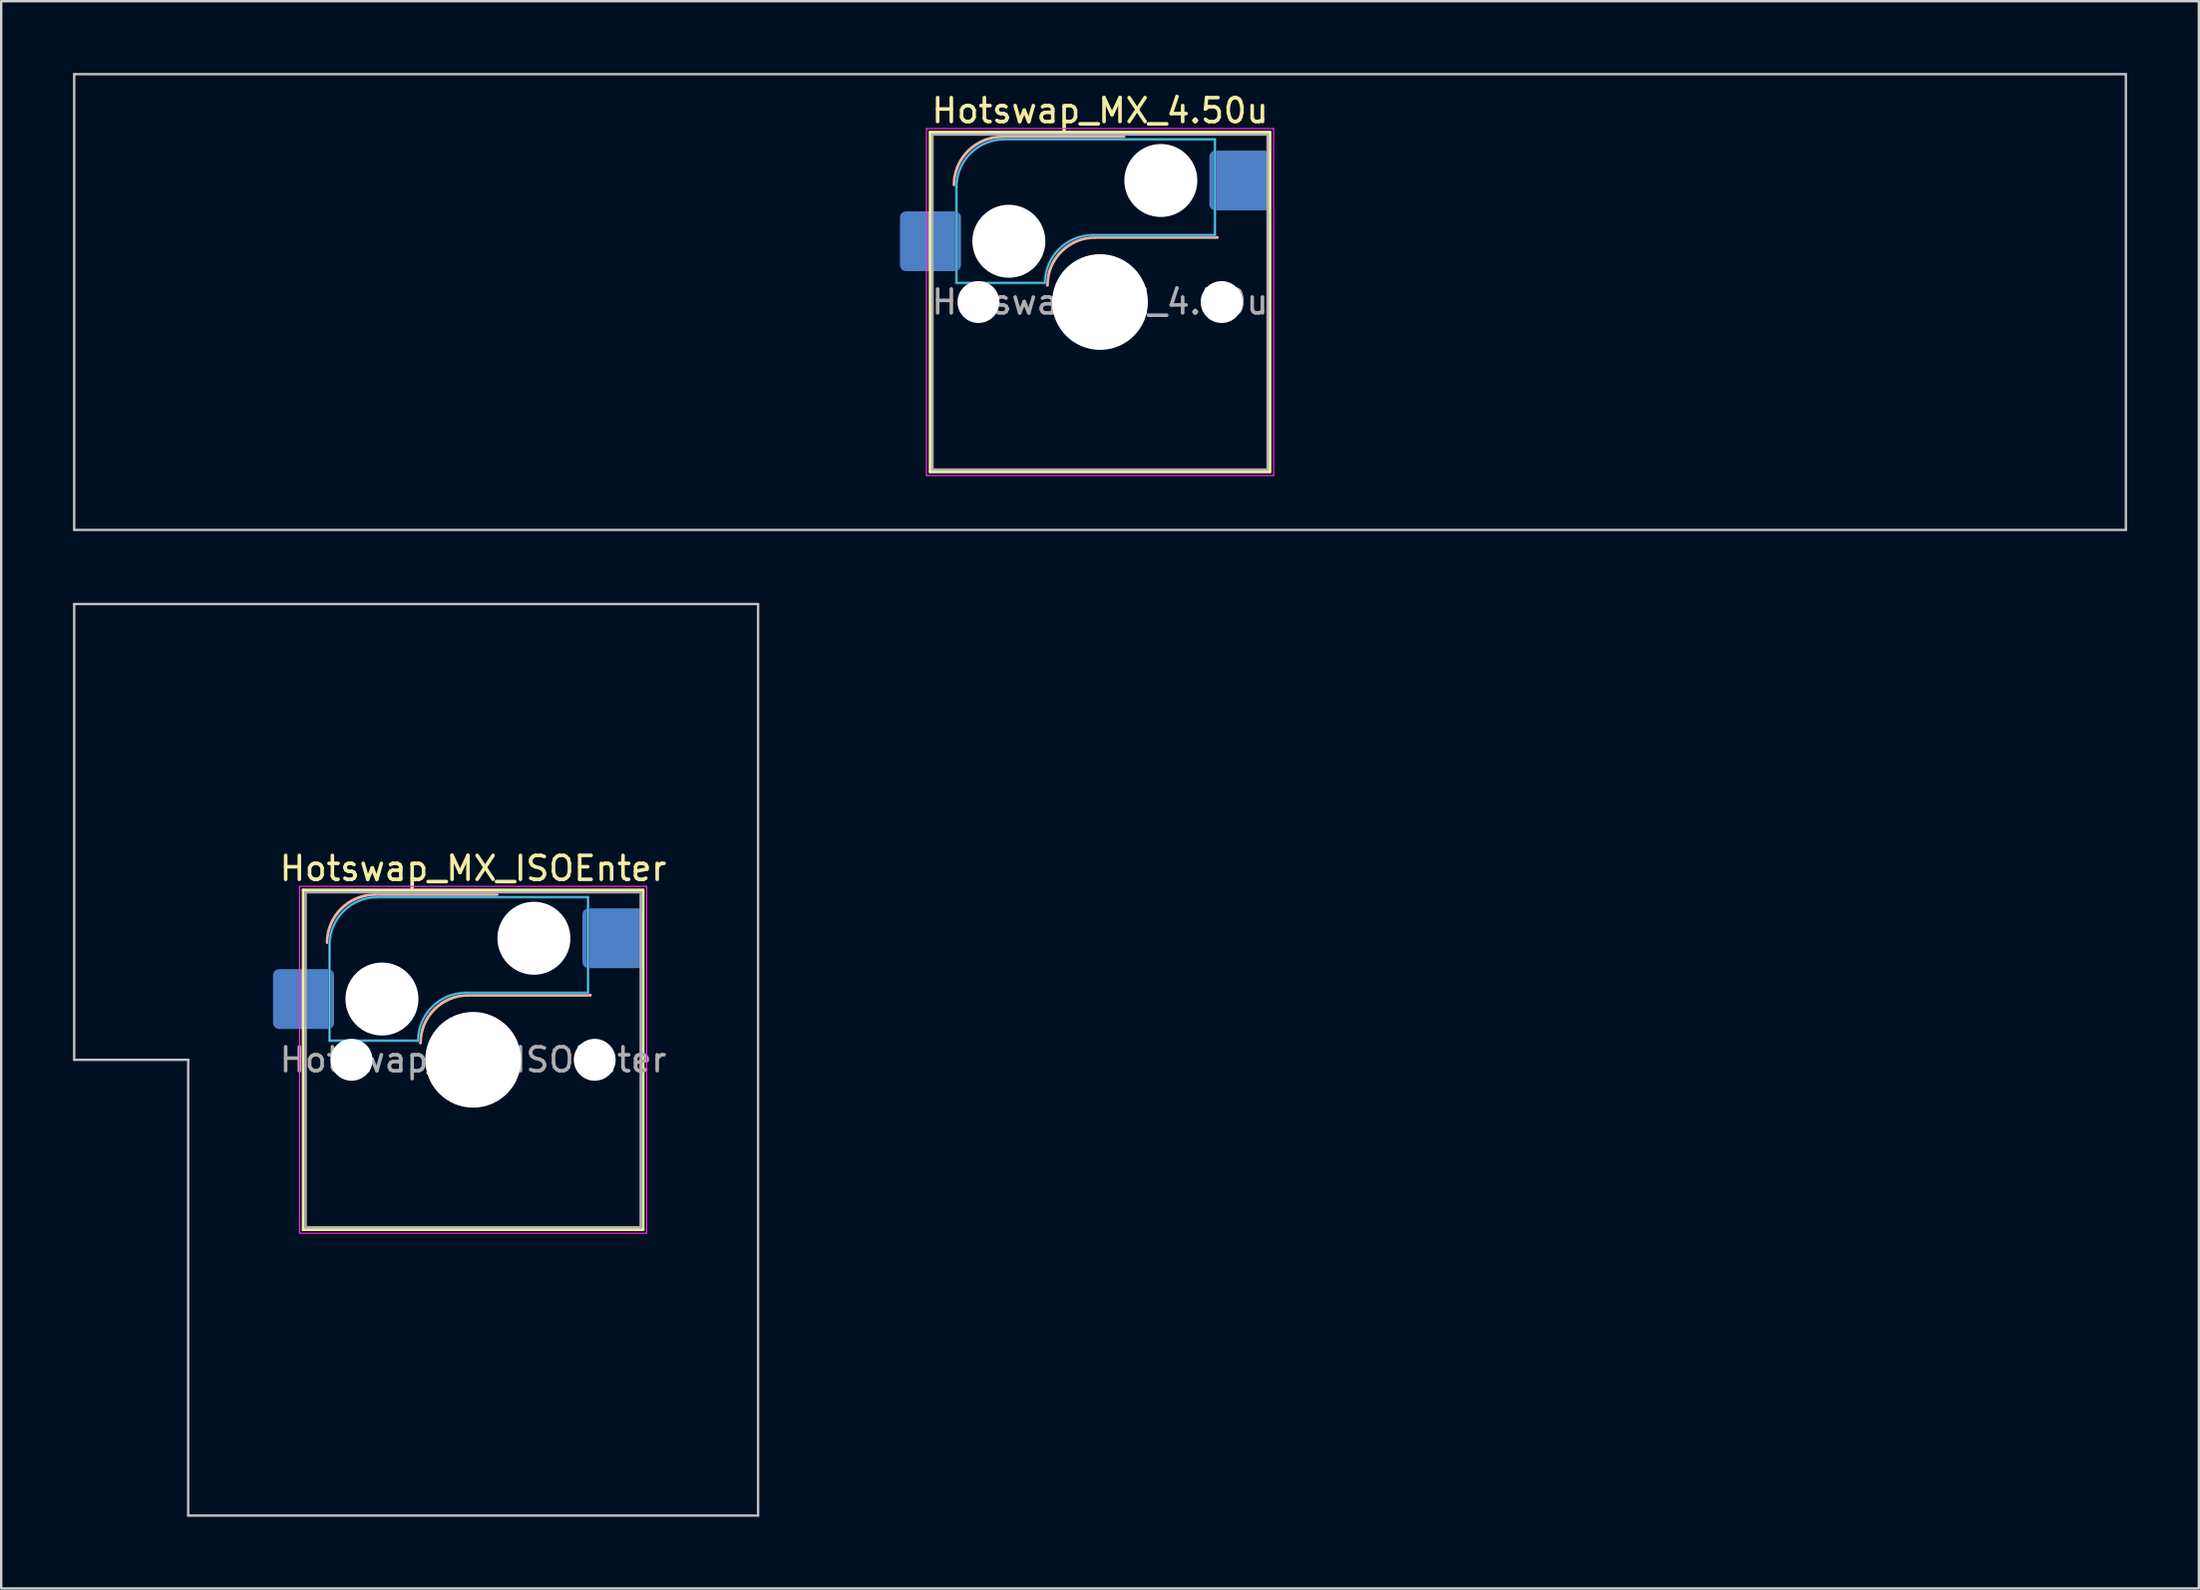
<source format=kicad_pcb>
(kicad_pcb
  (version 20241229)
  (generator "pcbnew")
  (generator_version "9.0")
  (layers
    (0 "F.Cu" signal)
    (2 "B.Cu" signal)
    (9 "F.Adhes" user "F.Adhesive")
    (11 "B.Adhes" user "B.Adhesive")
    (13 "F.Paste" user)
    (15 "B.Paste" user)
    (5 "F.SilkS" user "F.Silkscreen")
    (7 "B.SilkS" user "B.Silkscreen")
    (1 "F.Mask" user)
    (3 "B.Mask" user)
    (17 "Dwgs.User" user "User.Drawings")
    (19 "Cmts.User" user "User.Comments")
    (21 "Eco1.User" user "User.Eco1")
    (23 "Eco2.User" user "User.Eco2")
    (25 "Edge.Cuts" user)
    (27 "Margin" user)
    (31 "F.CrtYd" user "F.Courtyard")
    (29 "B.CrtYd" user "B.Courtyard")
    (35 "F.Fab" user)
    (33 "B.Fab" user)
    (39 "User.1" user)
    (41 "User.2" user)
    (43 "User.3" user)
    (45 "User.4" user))
  (footprint "Hotswap_MX_ISOEnter"
    (layer "F.Cu")
    (at 16.719 41.25)
    (property "Reference" "Hotswap_MX_ISOEnter" (at 0 -8 0) (layer "F.SilkS") (effects (font (size 1 1) (thickness 0.15))))
    (attr smd)
    (fp_line (start -7.1 -7.1) (end -7.1 7.1) (stroke (width 0.12) (type solid)) (layer "F.SilkS"))
    (fp_line (start -7.1 7.1) (end 7.1 7.1) (stroke (width 0.12) (type solid)) (layer "F.SilkS"))
    (fp_line (start 7.1 -7.1) (end -7.1 -7.1) (stroke (width 0.12) (type solid)) (layer "F.SilkS"))
    (fp_line (start 7.1 7.1) (end 7.1 -7.1) (stroke (width 0.12) (type solid)) (layer "F.SilkS"))
    (fp_line (start -4.1 -6.9) (end 1 -6.9) (stroke (width 0.12) (type solid)) (layer "B.SilkS"))
    (fp_line (start -0.2 -2.7) (end 4.9 -2.7) (stroke (width 0.12) (type solid)) (layer "B.SilkS"))
    (fp_arc (start -6.1 -4.9) (mid -5.514214 -6.314214) (end -4.1 -6.9) (stroke (width 0.12) (type solid)) (layer "B.SilkS"))
    (fp_arc (start -2.2 -0.7) (mid -1.614214 -2.114214) (end -0.2 -2.7) (stroke (width 0.12) (type solid)) (layer "B.SilkS"))
    (fp_line (start -16.669 -19.05) (end -16.669 0) (stroke (width 0.1) (type solid)) (layer "Dwgs.User"))
    (fp_line (start -16.669 0) (end -11.906 0) (stroke (width 0.1) (type solid)) (layer "Dwgs.User"))
    (fp_line (start -11.906 0) (end -11.906 19.05) (stroke (width 0.1) (type solid)) (layer "Dwgs.User"))
    (fp_line (start -11.906 19.05) (end 11.906 19.05) (stroke (width 0.1) (type solid)) (layer "Dwgs.User"))
    (fp_line (start 11.906 -19.05) (end -16.669 -19.05) (stroke (width 0.1) (type solid)) (layer "Dwgs.User"))
    (fp_line (start 11.906 19.05) (end 11.906 -19.05) (stroke (width 0.1) (type solid)) (layer "Dwgs.User"))
    (fp_line (start -7.8 -6) (end -7 -6) (stroke (width 0.1) (type solid)) (layer "Eco1.User"))
    (fp_line (start -7.8 -2.9) (end -7.8 -6) (stroke (width 0.1) (type solid)) (layer "Eco1.User"))
    (fp_line (start -7.8 2.9) (end -7 2.9) (stroke (width 0.1) (type solid)) (layer "Eco1.User"))
    (fp_line (start -7.8 6) (end -7.8 2.9) (stroke (width 0.1) (type solid)) (layer "Eco1.User"))
    (fp_line (start -7 -7) (end 7 -7) (stroke (width 0.1) (type solid)) (layer "Eco1.User"))
    (fp_line (start -7 -6) (end -7 -7) (stroke (width 0.1) (type solid)) (layer "Eco1.User"))
    (fp_line (start -7 -2.9) (end -7.8 -2.9) (stroke (width 0.1) (type solid)) (layer "Eco1.User"))
    (fp_line (start -7 2.9) (end -7 -2.9) (stroke (width 0.1) (type solid)) (layer "Eco1.User"))
    (fp_line (start -7 6) (end -7.8 6) (stroke (width 0.1) (type solid)) (layer "Eco1.User"))
    (fp_line (start -7 7) (end -7 6) (stroke (width 0.1) (type solid)) (layer "Eco1.User"))
    (fp_line (start 7 -7) (end 7 -6) (stroke (width 0.1) (type solid)) (layer "Eco1.User"))
    (fp_line (start 7 -6) (end 7.8 -6) (stroke (width 0.1) (type solid)) (layer "Eco1.User"))
    (fp_line (start 7 -2.9) (end 7 2.9) (stroke (width 0.1) (type solid)) (layer "Eco1.User"))
    (fp_line (start 7 2.9) (end 7.8 2.9) (stroke (width 0.1) (type solid)) (layer "Eco1.User"))
    (fp_line (start 7 6) (end 7 7) (stroke (width 0.1) (type solid)) (layer "Eco1.User"))
    (fp_line (start 7 7) (end -7 7) (stroke (width 0.1) (type solid)) (layer "Eco1.User"))
    (fp_line (start 7.8 -6) (end 7.8 -2.9) (stroke (width 0.1) (type solid)) (layer "Eco1.User"))
    (fp_line (start 7.8 -2.9) (end 7 -2.9) (stroke (width 0.1) (type solid)) (layer "Eco1.User"))
    (fp_line (start 7.8 2.9) (end 7.8 6) (stroke (width 0.1) (type solid)) (layer "Eco1.User"))
    (fp_line (start 7.8 6) (end 7 6) (stroke (width 0.1) (type solid)) (layer "Eco1.User"))
    (fp_line (start -6 -0.8) (end -6 -4.8) (stroke (width 0.05) (type solid)) (layer "B.CrtYd"))
    (fp_line (start -6 -0.8) (end -2.3 -0.8) (stroke (width 0.05) (type solid)) (layer "B.CrtYd"))
    (fp_line (start -4 -6.8) (end 4.8 -6.8) (stroke (width 0.05) (type solid)) (layer "B.CrtYd"))
    (fp_line (start -0.3 -2.8) (end 4.8 -2.8) (stroke (width 0.05) (type solid)) (layer "B.CrtYd"))
    (fp_line (start 4.8 -6.8) (end 4.8 -2.8) (stroke (width 0.05) (type solid)) (layer "B.CrtYd"))
    (fp_arc (start -6 -4.8) (mid -5.414214 -6.214214) (end -4 -6.8) (stroke (width 0.05) (type solid)) (layer "B.CrtYd"))
    (fp_arc (start -2.3 -0.8) (mid -1.714214 -2.214214) (end -0.3 -2.8) (stroke (width 0.05) (type solid)) (layer "B.CrtYd"))
    (fp_line (start -7.25 -7.25) (end -7.25 7.25) (stroke (width 0.05) (type solid)) (layer "F.CrtYd"))
    (fp_line (start -7.25 7.25) (end 7.25 7.25) (stroke (width 0.05) (type solid)) (layer "F.CrtYd"))
    (fp_line (start 7.25 -7.25) (end -7.25 -7.25) (stroke (width 0.05) (type solid)) (layer "F.CrtYd"))
    (fp_line (start 7.25 7.25) (end 7.25 -7.25) (stroke (width 0.05) (type solid)) (layer "F.CrtYd"))
    (fp_line (start -6 -0.8) (end -6 -4.8) (stroke (width 0.12) (type solid)) (layer "B.Fab"))
    (fp_line (start -6 -0.8) (end -2.3 -0.8) (stroke (width 0.12) (type solid)) (layer "B.Fab"))
    (fp_line (start -4 -6.8) (end 4.8 -6.8) (stroke (width 0.12) (type solid)) (layer "B.Fab"))
    (fp_line (start -0.3 -2.8) (end 4.8 -2.8) (stroke (width 0.12) (type solid)) (layer "B.Fab"))
    (fp_line (start 4.8 -6.8) (end 4.8 -2.8) (stroke (width 0.12) (type solid)) (layer "B.Fab"))
    (fp_arc (start -6 -4.8) (mid -5.414214 -6.214214) (end -4 -6.8) (stroke (width 0.12) (type solid)) (layer "B.Fab"))
    (fp_arc (start -2.3 -0.8) (mid -1.714214 -2.214214) (end -0.3 -2.8) (stroke (width 0.12) (type solid)) (layer "B.Fab"))
    (fp_line (start -7 -7) (end -7 7) (stroke (width 0.1) (type solid)) (layer "F.Fab"))
    (fp_line (start -7 7) (end 7 7) (stroke (width 0.1) (type solid)) (layer "F.Fab"))
    (fp_line (start 7 -7) (end -7 -7) (stroke (width 0.1) (type solid)) (layer "F.Fab"))
    (fp_line (start 7 7) (end 7 -7) (stroke (width 0.1) (type solid)) (layer "F.Fab"))
    (fp_text user "${REFERENCE}" (at 0 0 0) (layer "F.Fab") (effects (font (size 1 1) (thickness 0.15))))
    (pad "" np_thru_hole circle (at -5.08 0) (size 1.75 1.75) (drill 1.75) (layers "*.Cu" "*.Mask"))
    (pad "" np_thru_hole circle (at -3.81 -2.54) (size 3.05 3.05) (drill 3.05) (layers "*.Cu" "*.Mask"))
    (pad "" np_thru_hole circle (at 0 0) (size 4 4) (drill 4) (layers "*.Cu" "*.Mask"))
    (pad "" np_thru_hole circle (at 2.54 -5.08) (size 3.05 3.05) (drill 3.05) (layers "*.Cu" "*.Mask"))
    (pad "" np_thru_hole circle (at 5.08 0) (size 1.75 1.75) (drill 1.75) (layers "*.Cu" "*.Mask"))
    (pad "1" smd roundrect (at -7.085 -2.54) (size 2.55 2.5) (layers "B.Cu" "B.Mask" "B.Paste") (roundrect_rratio 0.1))
    (pad "2" smd roundrect (at 5.842 -5.08) (size 2.55 2.5) (layers "B.Cu" "B.Mask" "B.Paste") (roundrect_rratio 0.1)))
  (footprint "Hotswap_MX_4.50u"
    (layer "F.Cu")
    (at 42.913 9.575)
    (property "Reference" "Hotswap_MX_4.50u" (at 0 -8 0) (layer "F.SilkS") (effects (font (size 1 1) (thickness 0.15))))
    (attr smd)
    (fp_line (start -7.1 -7.1) (end -7.1 7.1) (stroke (width 0.12) (type solid)) (layer "F.SilkS"))
    (fp_line (start -7.1 7.1) (end 7.1 7.1) (stroke (width 0.12) (type solid)) (layer "F.SilkS"))
    (fp_line (start 7.1 -7.1) (end -7.1 -7.1) (stroke (width 0.12) (type solid)) (layer "F.SilkS"))
    (fp_line (start 7.1 7.1) (end 7.1 -7.1) (stroke (width 0.12) (type solid)) (layer "F.SilkS"))
    (fp_line (start -4.1 -6.9) (end 1 -6.9) (stroke (width 0.12) (type solid)) (layer "B.SilkS"))
    (fp_line (start -0.2 -2.7) (end 4.9 -2.7) (stroke (width 0.12) (type solid)) (layer "B.SilkS"))
    (fp_arc (start -6.1 -4.9) (mid -5.514214 -6.314214) (end -4.1 -6.9) (stroke (width 0.12) (type solid)) (layer "B.SilkS"))
    (fp_arc (start -2.2 -0.7) (mid -1.614214 -2.114214) (end -0.2 -2.7) (stroke (width 0.12) (type solid)) (layer "B.SilkS"))
    (fp_line (start -42.862 -9.525) (end -42.862 9.525) (stroke (width 0.1) (type solid)) (layer "Dwgs.User"))
    (fp_line (start -42.862 9.525) (end 42.862 9.525) (stroke (width 0.1) (type solid)) (layer "Dwgs.User"))
    (fp_line (start 42.862 -9.525) (end -42.862 -9.525) (stroke (width 0.1) (type solid)) (layer "Dwgs.User"))
    (fp_line (start 42.862 9.525) (end 42.862 -9.525) (stroke (width 0.1) (type solid)) (layer "Dwgs.User"))
    (fp_line (start -7.8 -6) (end -7 -6) (stroke (width 0.1) (type solid)) (layer "Eco1.User"))
    (fp_line (start -7.8 -2.9) (end -7.8 -6) (stroke (width 0.1) (type solid)) (layer "Eco1.User"))
    (fp_line (start -7.8 2.9) (end -7 2.9) (stroke (width 0.1) (type solid)) (layer "Eco1.User"))
    (fp_line (start -7.8 6) (end -7.8 2.9) (stroke (width 0.1) (type solid)) (layer "Eco1.User"))
    (fp_line (start -7 -7) (end 7 -7) (stroke (width 0.1) (type solid)) (layer "Eco1.User"))
    (fp_line (start -7 -6) (end -7 -7) (stroke (width 0.1) (type solid)) (layer "Eco1.User"))
    (fp_line (start -7 -2.9) (end -7.8 -2.9) (stroke (width 0.1) (type solid)) (layer "Eco1.User"))
    (fp_line (start -7 2.9) (end -7 -2.9) (stroke (width 0.1) (type solid)) (layer "Eco1.User"))
    (fp_line (start -7 6) (end -7.8 6) (stroke (width 0.1) (type solid)) (layer "Eco1.User"))
    (fp_line (start -7 7) (end -7 6) (stroke (width 0.1) (type solid)) (layer "Eco1.User"))
    (fp_line (start 7 -7) (end 7 -6) (stroke (width 0.1) (type solid)) (layer "Eco1.User"))
    (fp_line (start 7 -6) (end 7.8 -6) (stroke (width 0.1) (type solid)) (layer "Eco1.User"))
    (fp_line (start 7 -2.9) (end 7 2.9) (stroke (width 0.1) (type solid)) (layer "Eco1.User"))
    (fp_line (start 7 2.9) (end 7.8 2.9) (stroke (width 0.1) (type solid)) (layer "Eco1.User"))
    (fp_line (start 7 6) (end 7 7) (stroke (width 0.1) (type solid)) (layer "Eco1.User"))
    (fp_line (start 7 7) (end -7 7) (stroke (width 0.1) (type solid)) (layer "Eco1.User"))
    (fp_line (start 7.8 -6) (end 7.8 -2.9) (stroke (width 0.1) (type solid)) (layer "Eco1.User"))
    (fp_line (start 7.8 -2.9) (end 7 -2.9) (stroke (width 0.1) (type solid)) (layer "Eco1.User"))
    (fp_line (start 7.8 2.9) (end 7.8 6) (stroke (width 0.1) (type solid)) (layer "Eco1.User"))
    (fp_line (start 7.8 6) (end 7 6) (stroke (width 0.1) (type solid)) (layer "Eco1.User"))
    (fp_line (start -6 -0.8) (end -6 -4.8) (stroke (width 0.05) (type solid)) (layer "B.CrtYd"))
    (fp_line (start -6 -0.8) (end -2.3 -0.8) (stroke (width 0.05) (type solid)) (layer "B.CrtYd"))
    (fp_line (start -4 -6.8) (end 4.8 -6.8) (stroke (width 0.05) (type solid)) (layer "B.CrtYd"))
    (fp_line (start -0.3 -2.8) (end 4.8 -2.8) (stroke (width 0.05) (type solid)) (layer "B.CrtYd"))
    (fp_line (start 4.8 -6.8) (end 4.8 -2.8) (stroke (width 0.05) (type solid)) (layer "B.CrtYd"))
    (fp_arc (start -6 -4.8) (mid -5.414214 -6.214214) (end -4 -6.8) (stroke (width 0.05) (type solid)) (layer "B.CrtYd"))
    (fp_arc (start -2.3 -0.8) (mid -1.714214 -2.214214) (end -0.3 -2.8) (stroke (width 0.05) (type solid)) (layer "B.CrtYd"))
    (fp_line (start -7.25 -7.25) (end -7.25 7.25) (stroke (width 0.05) (type solid)) (layer "F.CrtYd"))
    (fp_line (start -7.25 7.25) (end 7.25 7.25) (stroke (width 0.05) (type solid)) (layer "F.CrtYd"))
    (fp_line (start 7.25 -7.25) (end -7.25 -7.25) (stroke (width 0.05) (type solid)) (layer "F.CrtYd"))
    (fp_line (start 7.25 7.25) (end 7.25 -7.25) (stroke (width 0.05) (type solid)) (layer "F.CrtYd"))
    (fp_line (start -6 -0.8) (end -6 -4.8) (stroke (width 0.12) (type solid)) (layer "B.Fab"))
    (fp_line (start -6 -0.8) (end -2.3 -0.8) (stroke (width 0.12) (type solid)) (layer "B.Fab"))
    (fp_line (start -4 -6.8) (end 4.8 -6.8) (stroke (width 0.12) (type solid)) (layer "B.Fab"))
    (fp_line (start -0.3 -2.8) (end 4.8 -2.8) (stroke (width 0.12) (type solid)) (layer "B.Fab"))
    (fp_line (start 4.8 -6.8) (end 4.8 -2.8) (stroke (width 0.12) (type solid)) (layer "B.Fab"))
    (fp_arc (start -6 -4.8) (mid -5.414214 -6.214214) (end -4 -6.8) (stroke (width 0.12) (type solid)) (layer "B.Fab"))
    (fp_arc (start -2.3 -0.8) (mid -1.714214 -2.214214) (end -0.3 -2.8) (stroke (width 0.12) (type solid)) (layer "B.Fab"))
    (fp_line (start -7 -7) (end -7 7) (stroke (width 0.1) (type solid)) (layer "F.Fab"))
    (fp_line (start -7 7) (end 7 7) (stroke (width 0.1) (type solid)) (layer "F.Fab"))
    (fp_line (start 7 -7) (end -7 -7) (stroke (width 0.1) (type solid)) (layer "F.Fab"))
    (fp_line (start 7 7) (end 7 -7) (stroke (width 0.1) (type solid)) (layer "F.Fab"))
    (fp_text user "${REFERENCE}" (at 0 0 0) (layer "F.Fab") (effects (font (size 1 1) (thickness 0.15))))
    (pad "" np_thru_hole circle (at -5.08 0) (size 1.75 1.75) (drill 1.75) (layers "*.Cu" "*.Mask"))
    (pad "" np_thru_hole circle (at -3.81 -2.54) (size 3.05 3.05) (drill 3.05) (layers "*.Cu" "*.Mask"))
    (pad "" np_thru_hole circle (at 0 0) (size 4 4) (drill 4) (layers "*.Cu" "*.Mask"))
    (pad "" np_thru_hole circle (at 2.54 -5.08) (size 3.05 3.05) (drill 3.05) (layers "*.Cu" "*.Mask"))
    (pad "" np_thru_hole circle (at 5.08 0) (size 1.75 1.75) (drill 1.75) (layers "*.Cu" "*.Mask"))
    (pad "1" smd roundrect (at -7.085 -2.54) (size 2.55 2.5) (layers "B.Cu" "B.Mask" "B.Paste") (roundrect_rratio 0.1))
    (pad "2" smd roundrect (at 5.842 -5.08) (size 2.55 2.5) (layers "B.Cu" "B.Mask" "B.Paste") (roundrect_rratio 0.1)))
  (gr_rect
    (start -3 -3)
    (end 88.825 63.35)
    (stroke (width 0.1) (type default))
    (fill no)
    (layer "Edge.Cuts")))
</source>
